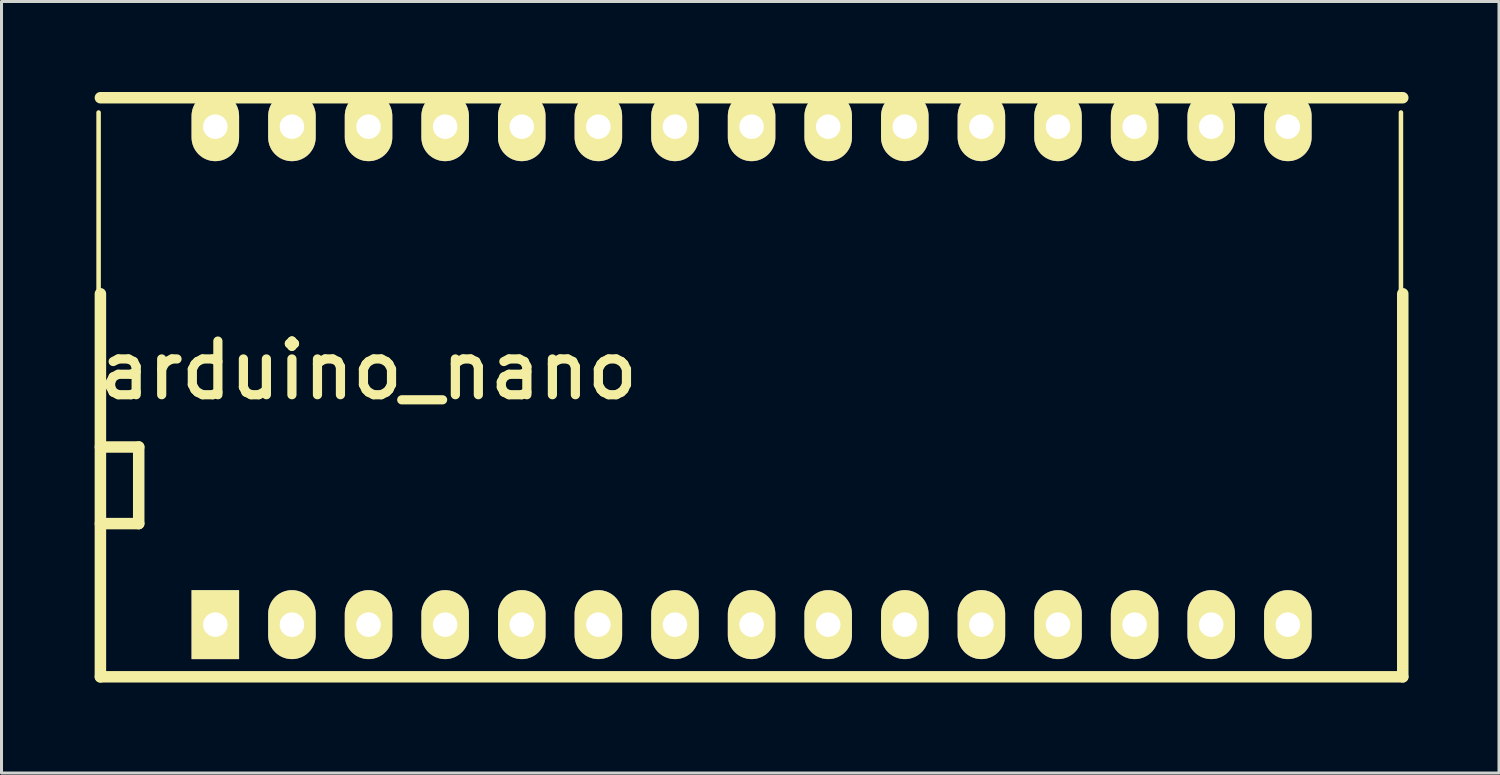
<source format=kicad_pcb>
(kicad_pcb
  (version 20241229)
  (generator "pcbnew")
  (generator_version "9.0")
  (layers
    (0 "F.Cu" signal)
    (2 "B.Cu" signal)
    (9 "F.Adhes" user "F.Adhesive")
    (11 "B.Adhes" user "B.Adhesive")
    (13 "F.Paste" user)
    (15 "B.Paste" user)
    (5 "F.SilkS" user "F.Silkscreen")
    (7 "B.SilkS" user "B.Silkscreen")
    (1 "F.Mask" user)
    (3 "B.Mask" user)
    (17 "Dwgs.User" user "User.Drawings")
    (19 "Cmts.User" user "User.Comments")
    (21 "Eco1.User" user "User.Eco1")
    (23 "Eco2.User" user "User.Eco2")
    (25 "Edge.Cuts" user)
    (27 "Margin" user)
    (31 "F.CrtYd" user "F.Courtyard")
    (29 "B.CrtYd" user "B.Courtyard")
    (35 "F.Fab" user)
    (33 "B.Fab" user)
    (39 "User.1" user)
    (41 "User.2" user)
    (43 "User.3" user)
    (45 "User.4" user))
  (footprint "arduino_nano"
    (layer "F.Cu")
    (at 23.139 10.04)
    (property "Reference" "arduino_nano" (at -13.97 -0.81 0) (layer "F.SilkS") (effects (font (size 1.778 1.778) (thickness 0.305))))
    (attr through_hole)
    (fp_line (start -22.92 -3.01) (end -22.92 -9.36) (stroke (width 0.15) (type solid)) (layer "F.SilkS"))
    (fp_line (start -22.86 -9.85) (end 20.32 -9.85) (stroke (width 0.381) (type solid)) (layer "F.SilkS"))
    (fp_line (start -22.86 4.27) (end -21.59 4.27) (stroke (width 0.381) (type solid)) (layer "F.SilkS"))
    (fp_line (start -22.86 9.35) (end -22.86 -3.35) (stroke (width 0.381) (type solid)) (layer "F.SilkS"))
    (fp_line (start -21.59 1.73) (end -22.86 1.73) (stroke (width 0.381) (type solid)) (layer "F.SilkS"))
    (fp_line (start -21.59 4.27) (end -21.59 1.73) (stroke (width 0.381) (type solid)) (layer "F.SilkS"))
    (fp_line (start 20.26 -3.01) (end 20.26 -9.36) (stroke (width 0.15) (type solid)) (layer "F.SilkS"))
    (fp_line (start 20.32 -3.35) (end 20.32 9.35) (stroke (width 0.381) (type solid)) (layer "F.SilkS"))
    (fp_line (start 20.32 9.35) (end -22.86 9.35) (stroke (width 0.381) (type solid)) (layer "F.SilkS"))
    (pad "1" thru_hole rect (at -19.05 7.62) (size 1.575 2.286) (drill 0.813) (layers "*.Cu" "*.Mask" "F.SilkS"))
    (pad "2" thru_hole oval (at -16.51 7.62) (size 1.575 2.286) (drill 0.813) (layers "*.Cu" "*.Mask" "F.SilkS"))
    (pad "3" thru_hole oval (at -13.97 7.62) (size 1.575 2.286) (drill 0.813) (layers "*.Cu" "*.Mask" "F.SilkS"))
    (pad "4" thru_hole oval (at -11.43 7.62) (size 1.575 2.286) (drill 0.813) (layers "*.Cu" "*.Mask" "F.SilkS"))
    (pad "5" thru_hole oval (at -8.89 7.62) (size 1.575 2.286) (drill 0.813) (layers "*.Cu" "*.Mask" "F.SilkS"))
    (pad "6" thru_hole oval (at -6.35 7.62) (size 1.575 2.286) (drill 0.813) (layers "*.Cu" "*.Mask" "F.SilkS"))
    (pad "7" thru_hole oval (at -3.81 7.62) (size 1.575 2.286) (drill 0.813) (layers "*.Cu" "*.Mask" "F.SilkS"))
    (pad "8" thru_hole oval (at -1.27 7.62) (size 1.575 2.286) (drill 0.813) (layers "*.Cu" "*.Mask" "F.SilkS"))
    (pad "9" thru_hole oval (at 1.27 7.62) (size 1.575 2.286) (drill 0.813) (layers "*.Cu" "*.Mask" "F.SilkS"))
    (pad "10" thru_hole oval (at 3.81 7.62) (size 1.575 2.286) (drill 0.813) (layers "*.Cu" "*.Mask" "F.SilkS"))
    (pad "11" thru_hole oval (at 6.35 7.62) (size 1.575 2.286) (drill 0.813) (layers "*.Cu" "*.Mask" "F.SilkS"))
    (pad "12" thru_hole oval (at 8.89 7.62) (size 1.575 2.286) (drill 0.813) (layers "*.Cu" "*.Mask" "F.SilkS"))
    (pad "13" thru_hole oval (at 11.43 7.62) (size 1.575 2.286) (drill 0.813) (layers "*.Cu" "*.Mask" "F.SilkS"))
    (pad "14" thru_hole oval (at 13.97 7.62) (size 1.575 2.286) (drill 0.813) (layers "*.Cu" "*.Mask" "F.SilkS"))
    (pad "15" thru_hole oval (at 16.51 7.62) (size 1.575 2.286) (drill 0.813) (layers "*.Cu" "*.Mask" "F.SilkS"))
    (pad "16" thru_hole oval (at 16.51 -8.89) (size 1.575 2.286) (drill 0.813) (layers "*.Cu" "*.Mask" "F.SilkS"))
    (pad "17" thru_hole oval (at 13.97 -8.89) (size 1.575 2.286) (drill 0.813) (layers "*.Cu" "*.Mask" "F.SilkS"))
    (pad "18" thru_hole oval (at 11.43 -8.89) (size 1.575 2.286) (drill 0.813) (layers "*.Cu" "*.Mask" "F.SilkS"))
    (pad "19" thru_hole oval (at 8.89 -8.89) (size 1.575 2.286) (drill 0.813) (layers "*.Cu" "*.Mask" "F.SilkS"))
    (pad "20" thru_hole oval (at 6.35 -8.89) (size 1.575 2.286) (drill 0.813) (layers "*.Cu" "*.Mask" "F.SilkS"))
    (pad "21" thru_hole oval (at 3.81 -8.89) (size 1.575 2.286) (drill 0.813) (layers "*.Cu" "*.Mask" "F.SilkS"))
    (pad "22" thru_hole oval (at 1.27 -8.89) (size 1.575 2.286) (drill 0.813) (layers "*.Cu" "*.Mask" "F.SilkS"))
    (pad "23" thru_hole oval (at -1.27 -8.89) (size 1.575 2.286) (drill 0.813) (layers "*.Cu" "*.Mask" "F.SilkS"))
    (pad "24" thru_hole oval (at -3.81 -8.89) (size 1.575 2.286) (drill 0.813) (layers "*.Cu" "*.Mask" "F.SilkS"))
    (pad "25" thru_hole oval (at -6.35 -8.89) (size 1.575 2.286) (drill 0.813) (layers "*.Cu" "*.Mask" "F.SilkS"))
    (pad "26" thru_hole oval (at -8.89 -8.89) (size 1.575 2.286) (drill 0.813) (layers "*.Cu" "*.Mask" "F.SilkS"))
    (pad "27" thru_hole oval (at -11.43 -8.89) (size 1.575 2.286) (drill 0.813) (layers "*.Cu" "*.Mask" "F.SilkS"))
    (pad "28" thru_hole oval (at -13.97 -8.89) (size 1.575 2.286) (drill 0.813) (layers "*.Cu" "*.Mask" "F.SilkS"))
    (pad "29" thru_hole oval (at -16.51 -8.89) (size 1.575 2.286) (drill 0.813) (layers "*.Cu" "*.Mask" "F.SilkS"))
    (pad "30" thru_hole oval (at -19.05 -8.89) (size 1.575 2.286) (drill 0.813) (layers "*.Cu" "*.Mask" "F.SilkS")))
  (gr_rect
    (start -3 -3)
    (end 46.65 22.581)
    (stroke (width 0.1) (type default))
    (fill no)
    (layer "Edge.Cuts")))
</source>
